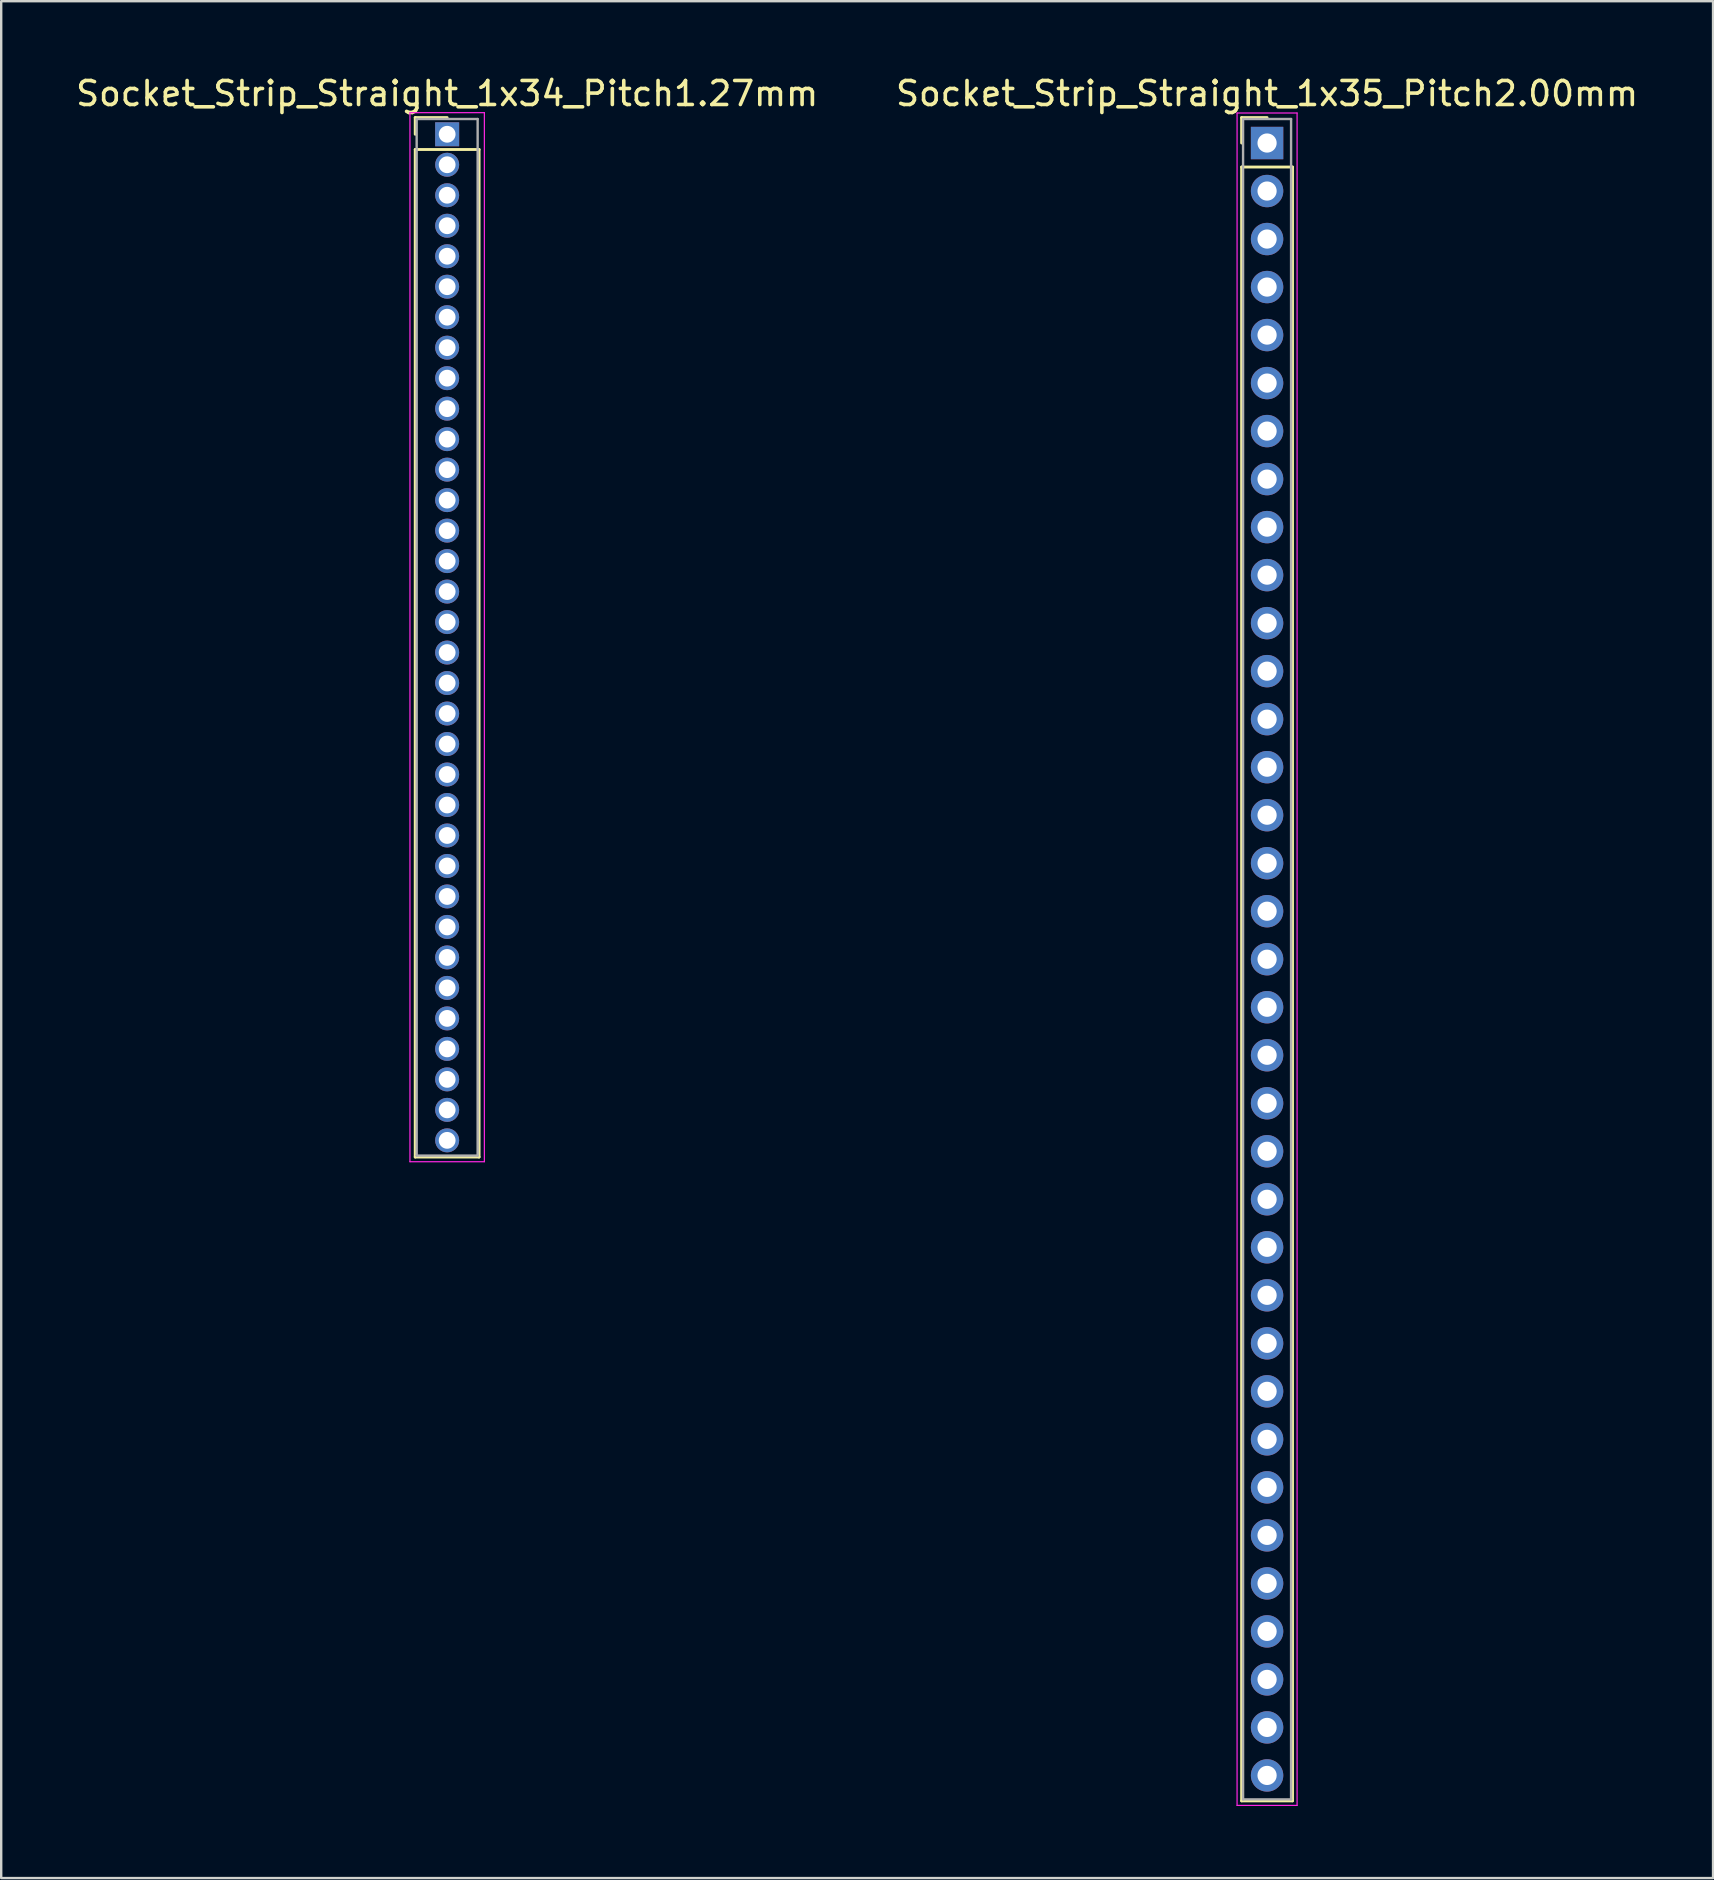
<source format=kicad_pcb>
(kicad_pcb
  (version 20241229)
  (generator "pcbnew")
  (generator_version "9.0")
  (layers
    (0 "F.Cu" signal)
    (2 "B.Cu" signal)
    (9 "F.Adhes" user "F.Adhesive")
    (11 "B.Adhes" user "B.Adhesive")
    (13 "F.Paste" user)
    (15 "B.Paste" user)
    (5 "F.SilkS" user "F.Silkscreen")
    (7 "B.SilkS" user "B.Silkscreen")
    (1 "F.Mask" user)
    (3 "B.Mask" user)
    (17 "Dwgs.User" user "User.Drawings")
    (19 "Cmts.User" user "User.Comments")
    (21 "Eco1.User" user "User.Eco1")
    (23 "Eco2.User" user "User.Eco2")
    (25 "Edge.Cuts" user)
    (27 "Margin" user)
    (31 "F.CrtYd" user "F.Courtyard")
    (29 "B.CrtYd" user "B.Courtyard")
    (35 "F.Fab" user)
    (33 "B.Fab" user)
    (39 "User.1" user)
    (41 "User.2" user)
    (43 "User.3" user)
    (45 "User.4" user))
  (footprint "Socket_Strip_Straight_1x34_Pitch1.27mm"
    (layer "F.Cu")
    (at 15.577 2.543)
    (property "Reference" "Socket_Strip_Straight_1x34_Pitch1.27mm" (at 0 -1.695 0) (layer "F.SilkS") (effects (font (size 1 1) (thickness 0.15))))
    (attr through_hole)
    (fp_line (start -1.33 -0.695) (end 0 -0.695) (stroke (width 0.12) (type solid)) (layer "F.SilkS"))
    (fp_line (start -1.33 0) (end -1.33 -0.695) (stroke (width 0.12) (type solid)) (layer "F.SilkS"))
    (fp_line (start -1.33 0.635) (end -1.33 42.605) (stroke (width 0.12) (type solid)) (layer "F.SilkS"))
    (fp_line (start -1.33 42.605) (end 1.33 42.605) (stroke (width 0.12) (type solid)) (layer "F.SilkS"))
    (fp_line (start 1.33 0.635) (end -1.33 0.635) (stroke (width 0.12) (type solid)) (layer "F.SilkS"))
    (fp_line (start 1.33 42.605) (end 1.33 0.635) (stroke (width 0.12) (type solid)) (layer "F.SilkS"))
    (fp_line (start -1.55 -0.9) (end -1.55 42.8) (stroke (width 0.05) (type solid)) (layer "F.CrtYd"))
    (fp_line (start -1.55 42.8) (end 1.55 42.8) (stroke (width 0.05) (type solid)) (layer "F.CrtYd"))
    (fp_line (start 1.55 -0.9) (end -1.55 -0.9) (stroke (width 0.05) (type solid)) (layer "F.CrtYd"))
    (fp_line (start 1.55 42.8) (end 1.55 -0.9) (stroke (width 0.05) (type solid)) (layer "F.CrtYd"))
    (fp_line (start -1.27 -0.635) (end -1.27 42.545) (stroke (width 0.1) (type solid)) (layer "F.Fab"))
    (fp_line (start -1.27 42.545) (end 1.27 42.545) (stroke (width 0.1) (type solid)) (layer "F.Fab"))
    (fp_line (start 1.27 -0.635) (end -1.27 -0.635) (stroke (width 0.1) (type solid)) (layer "F.Fab"))
    (fp_line (start 1.27 42.545) (end 1.27 -0.635) (stroke (width 0.1) (type solid)) (layer "F.Fab"))
    (pad "1" thru_hole rect (at 0 0) (size 1 1) (drill 0.7) (layers "*.Cu" "*.Mask"))
    (pad "2" thru_hole oval (at 0 1.27) (size 1 1) (drill 0.7) (layers "*.Cu" "*.Mask"))
    (pad "3" thru_hole oval (at 0 2.54) (size 1 1) (drill 0.7) (layers "*.Cu" "*.Mask"))
    (pad "4" thru_hole oval (at 0 3.81) (size 1 1) (drill 0.7) (layers "*.Cu" "*.Mask"))
    (pad "5" thru_hole oval (at 0 5.08) (size 1 1) (drill 0.7) (layers "*.Cu" "*.Mask"))
    (pad "6" thru_hole oval (at 0 6.35) (size 1 1) (drill 0.7) (layers "*.Cu" "*.Mask"))
    (pad "7" thru_hole oval (at 0 7.62) (size 1 1) (drill 0.7) (layers "*.Cu" "*.Mask"))
    (pad "8" thru_hole oval (at 0 8.89) (size 1 1) (drill 0.7) (layers "*.Cu" "*.Mask"))
    (pad "9" thru_hole oval (at 0 10.16) (size 1 1) (drill 0.7) (layers "*.Cu" "*.Mask"))
    (pad "10" thru_hole oval (at 0 11.43) (size 1 1) (drill 0.7) (layers "*.Cu" "*.Mask"))
    (pad "11" thru_hole oval (at 0 12.7) (size 1 1) (drill 0.7) (layers "*.Cu" "*.Mask"))
    (pad "12" thru_hole oval (at 0 13.97) (size 1 1) (drill 0.7) (layers "*.Cu" "*.Mask"))
    (pad "13" thru_hole oval (at 0 15.24) (size 1 1) (drill 0.7) (layers "*.Cu" "*.Mask"))
    (pad "14" thru_hole oval (at 0 16.51) (size 1 1) (drill 0.7) (layers "*.Cu" "*.Mask"))
    (pad "15" thru_hole oval (at 0 17.78) (size 1 1) (drill 0.7) (layers "*.Cu" "*.Mask"))
    (pad "16" thru_hole oval (at 0 19.05) (size 1 1) (drill 0.7) (layers "*.Cu" "*.Mask"))
    (pad "17" thru_hole oval (at 0 20.32) (size 1 1) (drill 0.7) (layers "*.Cu" "*.Mask"))
    (pad "18" thru_hole oval (at 0 21.59) (size 1 1) (drill 0.7) (layers "*.Cu" "*.Mask"))
    (pad "19" thru_hole oval (at 0 22.86) (size 1 1) (drill 0.7) (layers "*.Cu" "*.Mask"))
    (pad "20" thru_hole oval (at 0 24.13) (size 1 1) (drill 0.7) (layers "*.Cu" "*.Mask"))
    (pad "21" thru_hole oval (at 0 25.4) (size 1 1) (drill 0.7) (layers "*.Cu" "*.Mask"))
    (pad "22" thru_hole oval (at 0 26.67) (size 1 1) (drill 0.7) (layers "*.Cu" "*.Mask"))
    (pad "23" thru_hole oval (at 0 27.94) (size 1 1) (drill 0.7) (layers "*.Cu" "*.Mask"))
    (pad "24" thru_hole oval (at 0 29.21) (size 1 1) (drill 0.7) (layers "*.Cu" "*.Mask"))
    (pad "25" thru_hole oval (at 0 30.48) (size 1 1) (drill 0.7) (layers "*.Cu" "*.Mask"))
    (pad "26" thru_hole oval (at 0 31.75) (size 1 1) (drill 0.7) (layers "*.Cu" "*.Mask"))
    (pad "27" thru_hole oval (at 0 33.02) (size 1 1) (drill 0.7) (layers "*.Cu" "*.Mask"))
    (pad "28" thru_hole oval (at 0 34.29) (size 1 1) (drill 0.7) (layers "*.Cu" "*.Mask"))
    (pad "29" thru_hole oval (at 0 35.56) (size 1 1) (drill 0.7) (layers "*.Cu" "*.Mask"))
    (pad "30" thru_hole oval (at 0 36.83) (size 1 1) (drill 0.7) (layers "*.Cu" "*.Mask"))
    (pad "31" thru_hole oval (at 0 38.1) (size 1 1) (drill 0.7) (layers "*.Cu" "*.Mask"))
    (pad "32" thru_hole oval (at 0 39.37) (size 1 1) (drill 0.7) (layers "*.Cu" "*.Mask"))
    (pad "33" thru_hole oval (at 0 40.64) (size 1 1) (drill 0.7) (layers "*.Cu" "*.Mask"))
    (pad "34" thru_hole oval (at 0 41.91) (size 1 1) (drill 0.7) (layers "*.Cu" "*.Mask")))
  (footprint "Socket_Strip_Straight_1x35_Pitch2.00mm"
    (layer "F.Cu")
    (at 49.732 2.908)
    (property "Reference" "Socket_Strip_Straight_1x35_Pitch2.00mm" (at 0 -2.06 0) (layer "F.SilkS") (effects (font (size 1 1) (thickness 0.15))))
    (attr through_hole)
    (fp_line (start -1.06 -1.06) (end 0 -1.06) (stroke (width 0.12) (type solid)) (layer "F.SilkS"))
    (fp_line (start -1.06 0) (end -1.06 -1.06) (stroke (width 0.12) (type solid)) (layer "F.SilkS"))
    (fp_line (start -1.06 1) (end -1.06 69.06) (stroke (width 0.12) (type solid)) (layer "F.SilkS"))
    (fp_line (start -1.06 69.06) (end 1.06 69.06) (stroke (width 0.12) (type solid)) (layer "F.SilkS"))
    (fp_line (start 1.06 1) (end -1.06 1) (stroke (width 0.12) (type solid)) (layer "F.SilkS"))
    (fp_line (start 1.06 69.06) (end 1.06 1) (stroke (width 0.12) (type solid)) (layer "F.SilkS"))
    (fp_line (start -1.25 -1.25) (end -1.25 69.25) (stroke (width 0.05) (type solid)) (layer "F.CrtYd"))
    (fp_line (start -1.25 69.25) (end 1.25 69.25) (stroke (width 0.05) (type solid)) (layer "F.CrtYd"))
    (fp_line (start 1.25 -1.25) (end -1.25 -1.25) (stroke (width 0.05) (type solid)) (layer "F.CrtYd"))
    (fp_line (start 1.25 69.25) (end 1.25 -1.25) (stroke (width 0.05) (type solid)) (layer "F.CrtYd"))
    (fp_line (start -1 -1) (end -1 69) (stroke (width 0.1) (type solid)) (layer "F.Fab"))
    (fp_line (start -1 69) (end 1 69) (stroke (width 0.1) (type solid)) (layer "F.Fab"))
    (fp_line (start 1 -1) (end -1 -1) (stroke (width 0.1) (type solid)) (layer "F.Fab"))
    (fp_line (start 1 69) (end 1 -1) (stroke (width 0.1) (type solid)) (layer "F.Fab"))
    (pad "1" thru_hole rect (at 0 0) (size 1.35 1.35) (drill 0.8) (layers "*.Cu" "*.Mask"))
    (pad "2" thru_hole oval (at 0 2) (size 1.35 1.35) (drill 0.8) (layers "*.Cu" "*.Mask"))
    (pad "3" thru_hole oval (at 0 4) (size 1.35 1.35) (drill 0.8) (layers "*.Cu" "*.Mask"))
    (pad "4" thru_hole oval (at 0 6) (size 1.35 1.35) (drill 0.8) (layers "*.Cu" "*.Mask"))
    (pad "5" thru_hole oval (at 0 8) (size 1.35 1.35) (drill 0.8) (layers "*.Cu" "*.Mask"))
    (pad "6" thru_hole oval (at 0 10) (size 1.35 1.35) (drill 0.8) (layers "*.Cu" "*.Mask"))
    (pad "7" thru_hole oval (at 0 12) (size 1.35 1.35) (drill 0.8) (layers "*.Cu" "*.Mask"))
    (pad "8" thru_hole oval (at 0 14) (size 1.35 1.35) (drill 0.8) (layers "*.Cu" "*.Mask"))
    (pad "9" thru_hole oval (at 0 16) (size 1.35 1.35) (drill 0.8) (layers "*.Cu" "*.Mask"))
    (pad "10" thru_hole oval (at 0 18) (size 1.35 1.35) (drill 0.8) (layers "*.Cu" "*.Mask"))
    (pad "11" thru_hole oval (at 0 20) (size 1.35 1.35) (drill 0.8) (layers "*.Cu" "*.Mask"))
    (pad "12" thru_hole oval (at 0 22) (size 1.35 1.35) (drill 0.8) (layers "*.Cu" "*.Mask"))
    (pad "13" thru_hole oval (at 0 24) (size 1.35 1.35) (drill 0.8) (layers "*.Cu" "*.Mask"))
    (pad "14" thru_hole oval (at 0 26) (size 1.35 1.35) (drill 0.8) (layers "*.Cu" "*.Mask"))
    (pad "15" thru_hole oval (at 0 28) (size 1.35 1.35) (drill 0.8) (layers "*.Cu" "*.Mask"))
    (pad "16" thru_hole oval (at 0 30) (size 1.35 1.35) (drill 0.8) (layers "*.Cu" "*.Mask"))
    (pad "17" thru_hole oval (at 0 32) (size 1.35 1.35) (drill 0.8) (layers "*.Cu" "*.Mask"))
    (pad "18" thru_hole oval (at 0 34) (size 1.35 1.35) (drill 0.8) (layers "*.Cu" "*.Mask"))
    (pad "19" thru_hole oval (at 0 36) (size 1.35 1.35) (drill 0.8) (layers "*.Cu" "*.Mask"))
    (pad "20" thru_hole oval (at 0 38) (size 1.35 1.35) (drill 0.8) (layers "*.Cu" "*.Mask"))
    (pad "21" thru_hole oval (at 0 40) (size 1.35 1.35) (drill 0.8) (layers "*.Cu" "*.Mask"))
    (pad "22" thru_hole oval (at 0 42) (size 1.35 1.35) (drill 0.8) (layers "*.Cu" "*.Mask"))
    (pad "23" thru_hole oval (at 0 44) (size 1.35 1.35) (drill 0.8) (layers "*.Cu" "*.Mask"))
    (pad "24" thru_hole oval (at 0 46) (size 1.35 1.35) (drill 0.8) (layers "*.Cu" "*.Mask"))
    (pad "25" thru_hole oval (at 0 48) (size 1.35 1.35) (drill 0.8) (layers "*.Cu" "*.Mask"))
    (pad "26" thru_hole oval (at 0 50) (size 1.35 1.35) (drill 0.8) (layers "*.Cu" "*.Mask"))
    (pad "27" thru_hole oval (at 0 52) (size 1.35 1.35) (drill 0.8) (layers "*.Cu" "*.Mask"))
    (pad "28" thru_hole oval (at 0 54) (size 1.35 1.35) (drill 0.8) (layers "*.Cu" "*.Mask"))
    (pad "29" thru_hole oval (at 0 56) (size 1.35 1.35) (drill 0.8) (layers "*.Cu" "*.Mask"))
    (pad "30" thru_hole oval (at 0 58) (size 1.35 1.35) (drill 0.8) (layers "*.Cu" "*.Mask"))
    (pad "31" thru_hole oval (at 0 60) (size 1.35 1.35) (drill 0.8) (layers "*.Cu" "*.Mask"))
    (pad "32" thru_hole oval (at 0 62) (size 1.35 1.35) (drill 0.8) (layers "*.Cu" "*.Mask"))
    (pad "33" thru_hole oval (at 0 64) (size 1.35 1.35) (drill 0.8) (layers "*.Cu" "*.Mask"))
    (pad "34" thru_hole oval (at 0 66) (size 1.35 1.35) (drill 0.8) (layers "*.Cu" "*.Mask"))
    (pad "35" thru_hole oval (at 0 68) (size 1.35 1.35) (drill 0.8) (layers "*.Cu" "*.Mask")))
  (gr_rect
    (start -3 -3)
    (end 68.31 75.183)
    (stroke (width 0.1) (type default))
    (fill no)
    (layer "Edge.Cuts")))
</source>
